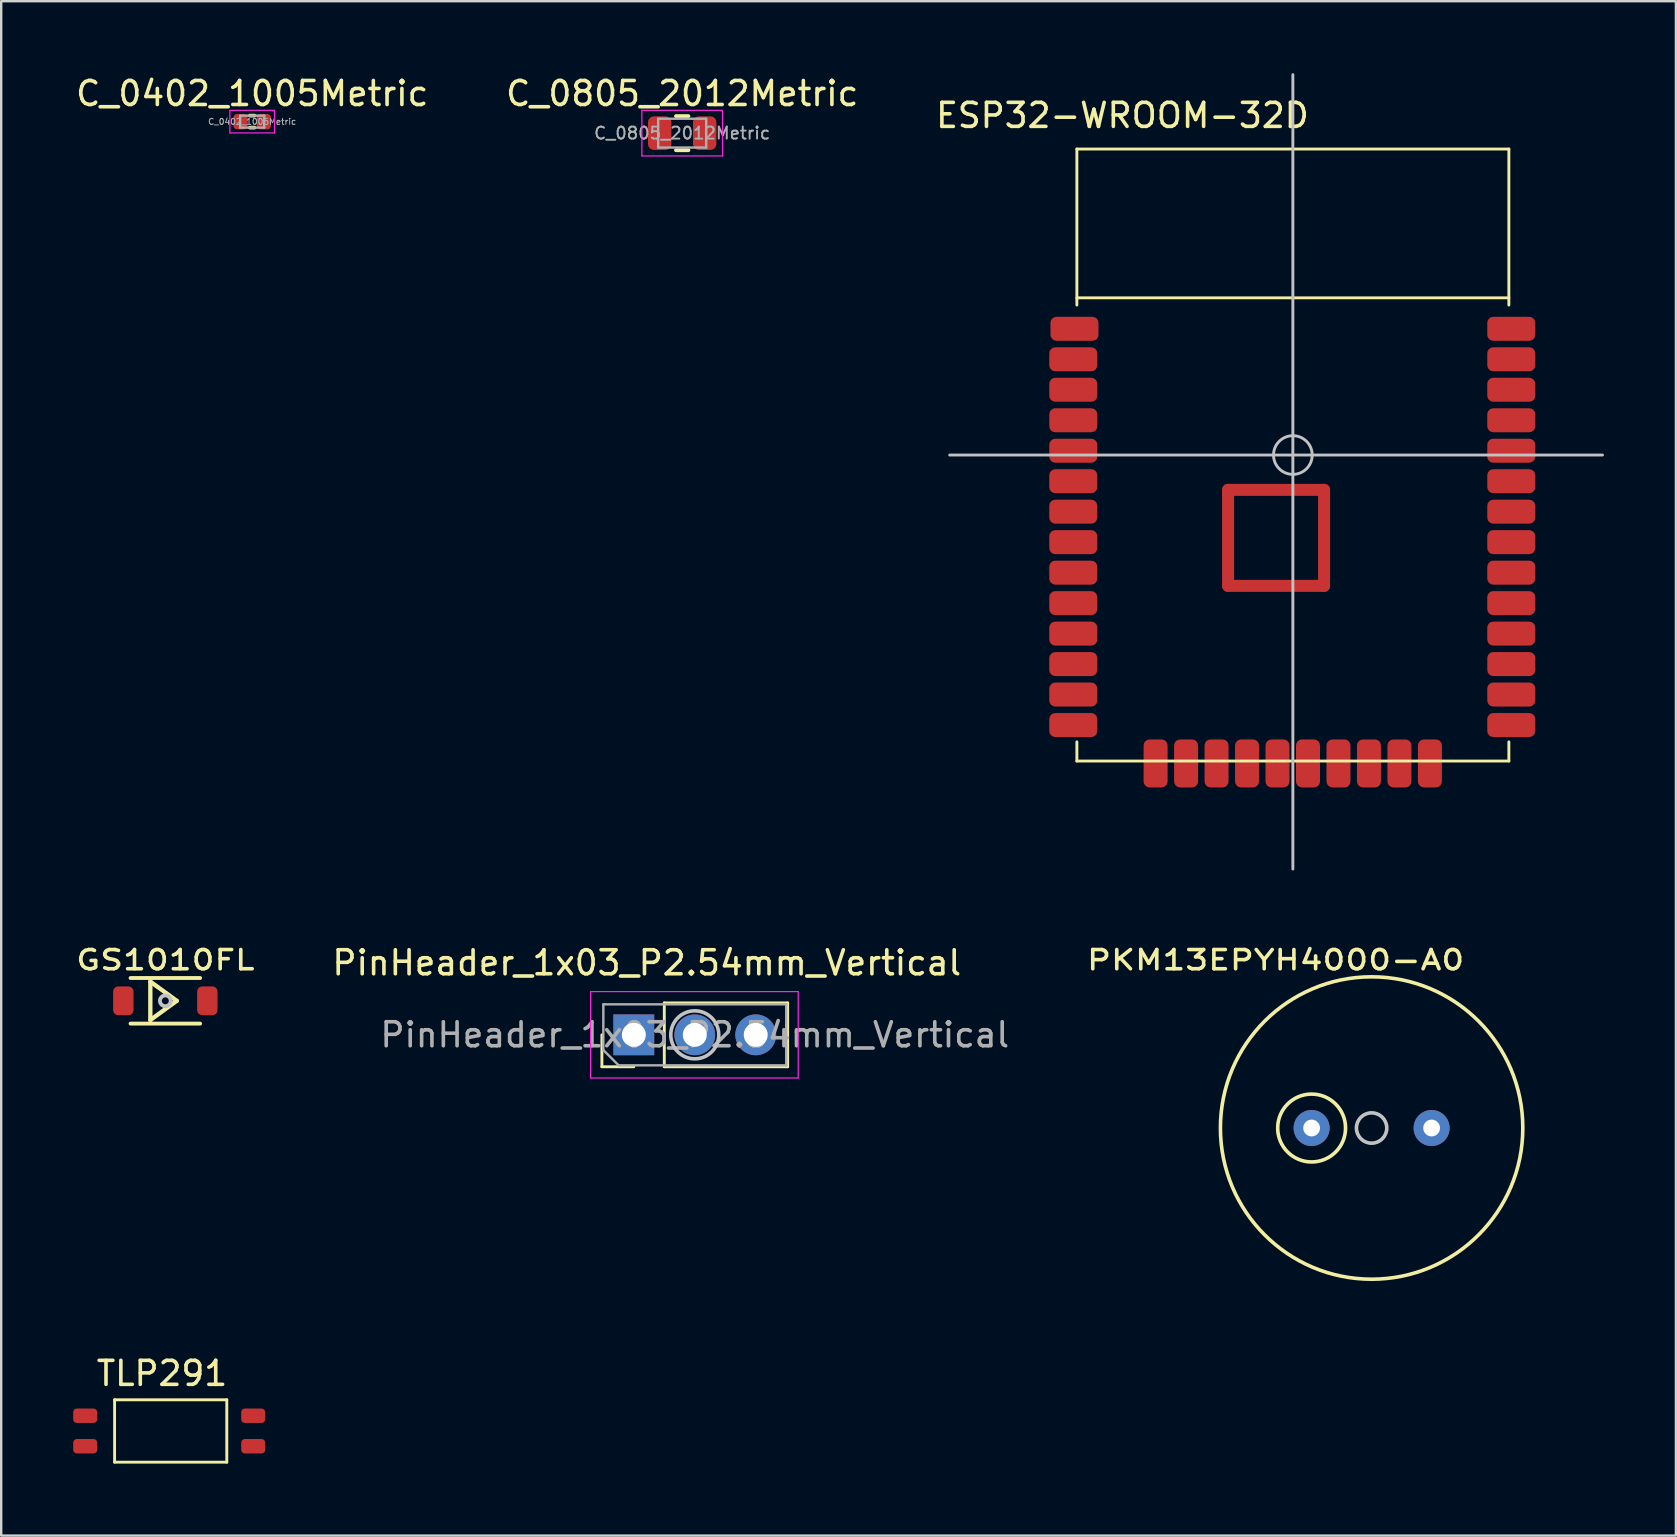
<source format=kicad_pcb>
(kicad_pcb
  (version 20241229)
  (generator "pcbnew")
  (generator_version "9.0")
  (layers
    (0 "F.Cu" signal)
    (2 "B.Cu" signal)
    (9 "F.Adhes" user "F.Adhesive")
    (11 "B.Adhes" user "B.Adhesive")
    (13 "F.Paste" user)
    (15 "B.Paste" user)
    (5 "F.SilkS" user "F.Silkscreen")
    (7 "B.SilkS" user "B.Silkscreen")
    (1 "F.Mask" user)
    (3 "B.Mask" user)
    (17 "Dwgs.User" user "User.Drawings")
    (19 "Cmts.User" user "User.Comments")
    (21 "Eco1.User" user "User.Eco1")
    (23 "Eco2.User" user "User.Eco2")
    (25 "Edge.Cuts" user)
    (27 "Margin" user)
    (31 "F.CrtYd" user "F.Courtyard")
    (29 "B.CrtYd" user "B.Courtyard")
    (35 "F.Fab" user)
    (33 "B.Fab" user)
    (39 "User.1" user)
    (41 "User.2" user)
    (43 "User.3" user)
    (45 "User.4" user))
  (footprint "PKM13EPYH4000-A0"
    (layer "F.Cu")
    (at 54.101 43.951)
    (property "Reference" "PKM13EPYH4000-A0" (at -4 -7 0) (layer "F.SilkS") (effects (font (size 0.8 1) (thickness 0.15))))
    (attr through_hole)
    (fp_circle (center -2.5 0) (end -1.086 0) (stroke (width 0.15) (type solid)) (fill no) (layer "F.SilkS"))
    (fp_circle (center 0 0) (end 6.3 0) (stroke (width 0.15) (type solid)) (fill no) (layer "F.SilkS"))
    (fp_circle (center 0 0) (end 0.632 0) (stroke (width 0.15) (type solid)) (fill no) (layer "Dwgs.User"))
    (pad "1" thru_hole circle (at -2.5 0) (size 1.5 1.5) (drill 0.7) (layers "*.Cu" "*.Mask"))
    (pad "2" thru_hole circle (at 2.5 0) (size 1.5 1.5) (drill 0.7) (layers "*.Cu" "*.Mask")))
  (footprint "PinHeader_1x03_P2.54mm_Vertical"
    (layer "F.Cu")
    (at 25.899 40.068)
    (property "Reference" "PinHeader_1x03_P2.54mm_Vertical" (at -2 -3 0) (layer "F.SilkS") (effects (font (size 1 1) (thickness 0.15))))
    (attr through_hole)
    (fp_line (start -3.87 1.33) (end -3.87 0) (stroke (width 0.12) (type solid)) (layer "F.SilkS"))
    (fp_line (start -2.54 1.33) (end -3.87 1.33) (stroke (width 0.12) (type solid)) (layer "F.SilkS"))
    (fp_line (start -1.27 -1.33) (end 3.87 -1.33) (stroke (width 0.12) (type solid)) (layer "F.SilkS"))
    (fp_line (start -1.27 1.33) (end -1.27 -1.33) (stroke (width 0.12) (type solid)) (layer "F.SilkS"))
    (fp_line (start -1.27 1.33) (end 3.87 1.33) (stroke (width 0.12) (type solid)) (layer "F.SilkS"))
    (fp_line (start 3.87 1.33) (end 3.87 -1.33) (stroke (width 0.12) (type solid)) (layer "F.SilkS"))
    (fp_circle (center 0 0) (end 0 -1) (stroke (width 0.15) (type solid)) (fill no) (layer "Dwgs.User"))
    (fp_line (start -4.34 -1.8) (end -4.34 1.8) (stroke (width 0.05) (type solid)) (layer "F.CrtYd"))
    (fp_line (start -4.34 1.8) (end 4.31 1.8) (stroke (width 0.05) (type solid)) (layer "F.CrtYd"))
    (fp_line (start 4.31 -1.8) (end -4.34 -1.8) (stroke (width 0.05) (type solid)) (layer "F.CrtYd"))
    (fp_line (start 4.31 1.8) (end 4.31 -1.8) (stroke (width 0.05) (type solid)) (layer "F.CrtYd"))
    (fp_line (start -3.81 -1.27) (end 3.81 -1.27) (stroke (width 0.1) (type solid)) (layer "F.Fab"))
    (fp_line (start -3.81 0.635) (end -3.81 -1.27) (stroke (width 0.1) (type solid)) (layer "F.Fab"))
    (fp_line (start -3.175 1.27) (end -3.81 0.635) (stroke (width 0.1) (type solid)) (layer "F.Fab"))
    (fp_line (start 3.81 -1.27) (end 3.81 1.27) (stroke (width 0.1) (type solid)) (layer "F.Fab"))
    (fp_line (start 3.81 1.27) (end -3.175 1.27) (stroke (width 0.1) (type solid)) (layer "F.Fab"))
    (fp_text user "${REFERENCE}" (at 0 0 180) (layer "F.Fab") (effects (font (size 1 1) (thickness 0.15))))
    (pad "1" thru_hole rect (at -2.54 0 90) (size 1.7 1.7) (drill 1) (layers "*.Cu" "*.Mask"))
    (pad "2" thru_hole oval (at 0 0 90) (size 1.7 1.7) (drill 1) (layers "*.Cu" "*.Mask"))
    (pad "3" thru_hole oval (at 2.54 0 90) (size 1.7 1.7) (drill 1) (layers "*.Cu" "*.Mask")))
  (footprint "TLP291"
    (layer "F.Cu")
    (at 4 56.575)
    (property "Reference" "TLP291" (at -0.3 -2.4 0) (layer "F.SilkS") (effects (font (size 1 1) (thickness 0.15))))
    (attr through_hole)
    (fp_line (start -2.275 -1.3) (end -2.275 1.3) (stroke (width 0.12) (type solid)) (layer "F.SilkS"))
    (fp_line (start -2.275 -1.3) (end 2.4 -1.3) (stroke (width 0.12) (type solid)) (layer "F.SilkS"))
    (fp_line (start -2.275 1.3) (end 2.4 1.3) (stroke (width 0.12) (type solid)) (layer "F.SilkS"))
    (fp_line (start 2.4 -1.3) (end 2.4 1.3) (stroke (width 0.12) (type solid)) (layer "F.SilkS"))
    (pad "1" smd roundrect (at -3.5 -0.635 180) (size 1 0.6) (layers "F.Cu" "F.Mask" "F.Paste") (roundrect_rratio 0.25))
    (pad "2" smd roundrect (at -3.5 0.635 180) (size 1 0.6) (layers "F.Cu" "F.Mask" "F.Paste") (roundrect_rratio 0.25))
    (pad "3" smd roundrect (at 3.5 0.635 180) (size 1 0.6) (layers "F.Cu" "F.Mask" "F.Paste") (roundrect_rratio 0.25))
    (pad "4" smd roundrect (at 3.5 -0.635 180) (size 1 0.6) (layers "F.Cu" "F.Mask" "F.Paste") (roundrect_rratio 0.25)))
  (footprint "C_0805_2012Metric"
    (layer "F.Cu")
    (at 25.375 2.498)
    (property "Reference" "C_0805_2012Metric" (at 0 -1.65 0) (layer "F.SilkS") (effects (font (size 1 1) (thickness 0.15))))
    (attr smd)
    (fp_line (start -0.259 -0.71) (end 0.259 -0.71) (stroke (width 0.16) (type solid)) (layer "F.SilkS"))
    (fp_line (start -0.259 0.71) (end 0.259 0.71) (stroke (width 0.16) (type solid)) (layer "F.SilkS"))
    (fp_line (start -1.68 -0.95) (end 1.68 -0.95) (stroke (width 0.05) (type solid)) (layer "F.CrtYd"))
    (fp_line (start -1.68 0.95) (end -1.68 -0.95) (stroke (width 0.05) (type solid)) (layer "F.CrtYd"))
    (fp_line (start 1.68 -0.95) (end 1.68 0.95) (stroke (width 0.05) (type solid)) (layer "F.CrtYd"))
    (fp_line (start 1.68 0.95) (end -1.68 0.95) (stroke (width 0.05) (type solid)) (layer "F.CrtYd"))
    (fp_line (start -1 -0.6) (end 1 -0.6) (stroke (width 0.1) (type solid)) (layer "F.Fab"))
    (fp_line (start -1 0.6) (end -1 -0.6) (stroke (width 0.1) (type solid)) (layer "F.Fab"))
    (fp_line (start 1 -0.6) (end 1 0.6) (stroke (width 0.1) (type solid)) (layer "F.Fab"))
    (fp_line (start 1 0.6) (end -1 0.6) (stroke (width 0.1) (type solid)) (layer "F.Fab"))
    (fp_text user "${REFERENCE}" (at 0 0 0) (layer "F.Fab") (effects (font (size 0.5 0.5) (thickness 0.08))))
    (pad "1" smd roundrect (at -0.938 0) (size 0.975 1.4) (layers "F.Cu" "F.Mask" "F.Paste") (roundrect_rratio 0.25))
    (pad "2" smd roundrect (at 0.938 0) (size 0.975 1.4) (layers "F.Cu" "F.Mask" "F.Paste") (roundrect_rratio 0.25)))
  (footprint "GS1010FL"
    (layer "F.Cu")
    (at 3.839 38.651)
    (property "Reference" "GS1010FL" (at 0 -1.7 0) (layer "F.SilkS") (effects (font (size 0.8 1) (thickness 0.15))))
    (attr through_hole)
    (fp_line (start -1.45 -0.95) (end 1.45 -0.95) (stroke (width 0.16) (type solid)) (layer "F.SilkS"))
    (fp_line (start -0.625 -0.8) (end -0.625 0.8) (stroke (width 0.18) (type solid)) (layer "F.SilkS"))
    (fp_line (start -0.625 0.8) (end 0.475 0) (stroke (width 0.18) (type solid)) (layer "F.SilkS"))
    (fp_line (start 0.475 0) (end -0.625 -0.8) (stroke (width 0.18) (type solid)) (layer "F.SilkS"))
    (fp_line (start 1.45 0.95) (end -1.45 0.95) (stroke (width 0.16) (type solid)) (layer "F.SilkS"))
    (fp_circle (center 0 0) (end 0.224 0) (stroke (width 0.16) (type solid)) (fill no) (layer "Dwgs.User"))
    (pad "A" smd roundrect (at -1.75 0 90) (size 1.2 0.85) (layers "F.Cu" "F.Mask" "F.Paste") (roundrect_rratio 0.25))
    (pad "K" smd roundrect (at 1.75 0 270) (size 1.2 0.85) (layers "F.Cu" "F.Mask" "F.Paste") (roundrect_rratio 0.25)))
  (footprint "ESP32-WROOM-32D"
    (layer "F.Cu")
    (at 41.82 3.16)
    (property "Reference" "ESP32-WROOM-32D" (at 1.9 -1.4 0) (layer "F.SilkS") (effects (font (size 1 1) (thickness 0.15))))
    (attr through_hole)
    (fp_line (start 6.3 14.2) (end 6.3 18.2) (stroke (width 0.5) (type solid)) (layer "F.Cu"))
    (fp_line (start 6.3 14.2) (end 10.3 14.2) (stroke (width 0.5) (type solid)) (layer "F.Cu"))
    (fp_line (start 10.3 18.2) (end 6.3 18.2) (stroke (width 0.5) (type solid)) (layer "F.Cu"))
    (fp_line (start 10.3 18.2) (end 10.3 14.2) (stroke (width 0.5) (type solid)) (layer "F.Cu"))
    (fp_line (start 0 0) (end 0 6.5) (stroke (width 0.12) (type solid)) (layer "F.SilkS"))
    (fp_line (start 0 6.2) (end 18 6.2) (stroke (width 0.12) (type solid)) (layer "F.SilkS"))
    (fp_line (start 0 25.5) (end 0 24.7) (stroke (width 0.12) (type solid)) (layer "F.SilkS"))
    (fp_line (start 18 0) (end 0 0) (stroke (width 0.12) (type solid)) (layer "F.SilkS"))
    (fp_line (start 18 0) (end 18 6.5) (stroke (width 0.12) (type solid)) (layer "F.SilkS"))
    (fp_line (start 18 25.5) (end 0 25.5) (stroke (width 0.12) (type solid)) (layer "F.SilkS"))
    (fp_line (start 18 25.5) (end 18 24.7) (stroke (width 0.12) (type solid)) (layer "F.SilkS"))
    (fp_line (start -5.3 12.75) (end 21.9 12.75) (stroke (width 0.12) (type solid)) (layer "Dwgs.User"))
    (fp_line (start 9 -3.1) (end 9 30) (stroke (width 0.12) (type solid)) (layer "Dwgs.User"))
    (fp_circle (center 9 12.75) (end 9.806 12.75) (stroke (width 0.12) (type solid)) (fill no) (layer "Dwgs.User"))
    (pad "1" smd roundrect (at -0.1 7.49 180) (size 2 1) (layers "F.Cu" "F.Mask" "F.Paste") (roundrect_rratio 0.25))
    (pad "2" smd roundrect (at -0.15 8.76 180) (size 2 1) (layers "F.Cu" "F.Mask" "F.Paste") (roundrect_rratio 0.25))
    (pad "3" smd roundrect (at -0.15 10.03 180) (size 2 1) (layers "F.Cu" "F.Mask" "F.Paste") (roundrect_rratio 0.25))
    (pad "4" smd roundrect (at -0.15 11.3 180) (size 2 1) (layers "F.Cu" "F.Mask" "F.Paste") (roundrect_rratio 0.25))
    (pad "5" smd roundrect (at -0.15 12.57 180) (size 2 1) (layers "F.Cu" "F.Mask" "F.Paste") (roundrect_rratio 0.25))
    (pad "6" smd roundrect (at -0.15 13.84 180) (size 2 1) (layers "F.Cu" "F.Mask" "F.Paste") (roundrect_rratio 0.25))
    (pad "7" smd roundrect (at -0.15 15.11 180) (size 2 1) (layers "F.Cu" "F.Mask" "F.Paste") (roundrect_rratio 0.25))
    (pad "8" smd roundrect (at -0.15 16.38 180) (size 2 1) (layers "F.Cu" "F.Mask" "F.Paste") (roundrect_rratio 0.25))
    (pad "9" smd roundrect (at -0.15 17.65 180) (size 2 1) (layers "F.Cu" "F.Mask" "F.Paste") (roundrect_rratio 0.25))
    (pad "10" smd roundrect (at -0.15 18.92 180) (size 2 1) (layers "F.Cu" "F.Mask" "F.Paste") (roundrect_rratio 0.25))
    (pad "11" smd roundrect (at -0.15 20.19 180) (size 2 1) (layers "F.Cu" "F.Mask" "F.Paste") (roundrect_rratio 0.25))
    (pad "12" smd roundrect (at -0.15 21.46 180) (size 2 1) (layers "F.Cu" "F.Mask" "F.Paste") (roundrect_rratio 0.25))
    (pad "13" smd roundrect (at -0.15 22.73 180) (size 2 1) (layers "F.Cu" "F.Mask" "F.Paste") (roundrect_rratio 0.25))
    (pad "14" smd roundrect (at -0.15 24 180) (size 2 1) (layers "F.Cu" "F.Mask" "F.Paste") (roundrect_rratio 0.25))
    (pad "15" smd roundrect (at 3.28 25.6 270) (size 2 1) (layers "F.Cu" "F.Mask" "F.Paste") (roundrect_rratio 0.25))
    (pad "16" smd roundrect (at 4.55 25.6 270) (size 2 1) (layers "F.Cu" "F.Mask" "F.Paste") (roundrect_rratio 0.25))
    (pad "17" smd roundrect (at 5.82 25.6 270) (size 2 1) (layers "F.Cu" "F.Mask" "F.Paste") (roundrect_rratio 0.25))
    (pad "18" smd roundrect (at 7.09 25.6 270) (size 2 1) (layers "F.Cu" "F.Mask" "F.Paste") (roundrect_rratio 0.25))
    (pad "19" smd roundrect (at 8.36 25.6 270) (size 2 1) (layers "F.Cu" "F.Mask" "F.Paste") (roundrect_rratio 0.25))
    (pad "20" smd roundrect (at 9.63 25.6 270) (size 2 1) (layers "F.Cu" "F.Mask" "F.Paste") (roundrect_rratio 0.25))
    (pad "21" smd roundrect (at 10.9 25.6 270) (size 2 1) (layers "F.Cu" "F.Mask" "F.Paste") (roundrect_rratio 0.25))
    (pad "22" smd roundrect (at 12.17 25.6 270) (size 2 1) (layers "F.Cu" "F.Mask" "F.Paste") (roundrect_rratio 0.25))
    (pad "23" smd roundrect (at 13.44 25.6 270) (size 2 1) (layers "F.Cu" "F.Mask" "F.Paste") (roundrect_rratio 0.25))
    (pad "24" smd roundrect (at 14.71 25.6 270) (size 2 1) (layers "F.Cu" "F.Mask" "F.Paste") (roundrect_rratio 0.25))
    (pad "25" smd roundrect (at 18.1 24 180) (size 2 1) (layers "F.Cu" "F.Mask" "F.Paste") (roundrect_rratio 0.25))
    (pad "26" smd roundrect (at 18.1 22.73 180) (size 2 1) (layers "F.Cu" "F.Mask" "F.Paste") (roundrect_rratio 0.25))
    (pad "27" smd roundrect (at 18.1 21.46 180) (size 2 1) (layers "F.Cu" "F.Mask" "F.Paste") (roundrect_rratio 0.25))
    (pad "28" smd roundrect (at 18.1 20.19 180) (size 2 1) (layers "F.Cu" "F.Mask" "F.Paste") (roundrect_rratio 0.25))
    (pad "29" smd roundrect (at 18.1 18.92 180) (size 2 1) (layers "F.Cu" "F.Mask" "F.Paste") (roundrect_rratio 0.25))
    (pad "30" smd roundrect (at 18.1 17.65 180) (size 2 1) (layers "F.Cu" "F.Mask" "F.Paste") (roundrect_rratio 0.25))
    (pad "31" smd roundrect (at 18.1 16.38 180) (size 2 1) (layers "F.Cu" "F.Mask" "F.Paste") (roundrect_rratio 0.25))
    (pad "32" smd roundrect (at 18.1 15.11 180) (size 2 1) (layers "F.Cu" "F.Mask" "F.Paste") (roundrect_rratio 0.25))
    (pad "33" smd roundrect (at 18.1 13.84 180) (size 2 1) (layers "F.Cu" "F.Mask" "F.Paste") (roundrect_rratio 0.25))
    (pad "34" smd roundrect (at 18.1 12.57 180) (size 2 1) (layers "F.Cu" "F.Mask" "F.Paste") (roundrect_rratio 0.25))
    (pad "35" smd roundrect (at 18.1 11.3 180) (size 2 1) (layers "F.Cu" "F.Mask" "F.Paste") (roundrect_rratio 0.25))
    (pad "36" smd roundrect (at 18.1 10.03 180) (size 2 1) (layers "F.Cu" "F.Mask" "F.Paste") (roundrect_rratio 0.25))
    (pad "37" smd roundrect (at 18.1 8.76 180) (size 2 1) (layers "F.Cu" "F.Mask" "F.Paste") (roundrect_rratio 0.25))
    (pad "38" smd roundrect (at 18.1 7.49 180) (size 2 1) (layers "F.Cu" "F.Mask" "F.Paste") (roundrect_rratio 0.25)))
  (footprint "C_0402_1005Metric"
    (layer "F.Cu")
    (at 7.458 2.018)
    (property "Reference" "C_0402_1005Metric" (at 0 -1.17 0) (layer "F.SilkS") (effects (font (size 1 1) (thickness 0.15))))
    (attr smd)
    (fp_line (start -0.1 -0.25) (end 0.1 -0.25) (stroke (width 0.15) (type solid)) (layer "F.SilkS"))
    (fp_line (start 0.1 0.25) (end -0.1 0.25) (stroke (width 0.15) (type solid)) (layer "F.SilkS"))
    (fp_line (start -0.93 -0.47) (end 0.93 -0.47) (stroke (width 0.05) (type solid)) (layer "F.CrtYd"))
    (fp_line (start -0.93 0.47) (end -0.93 -0.47) (stroke (width 0.05) (type solid)) (layer "F.CrtYd"))
    (fp_line (start 0.93 -0.47) (end 0.93 0.47) (stroke (width 0.05) (type solid)) (layer "F.CrtYd"))
    (fp_line (start 0.93 0.47) (end -0.93 0.47) (stroke (width 0.05) (type solid)) (layer "F.CrtYd"))
    (fp_line (start -0.5 -0.25) (end 0.5 -0.25) (stroke (width 0.1) (type solid)) (layer "F.Fab"))
    (fp_line (start -0.5 0.25) (end -0.5 -0.25) (stroke (width 0.1) (type solid)) (layer "F.Fab"))
    (fp_line (start 0.5 -0.25) (end 0.5 0.25) (stroke (width 0.1) (type solid)) (layer "F.Fab"))
    (fp_line (start 0.5 0.25) (end -0.5 0.25) (stroke (width 0.1) (type solid)) (layer "F.Fab"))
    (fp_text user "${REFERENCE}" (at 0 0 0) (layer "F.Fab") (effects (font (size 0.25 0.25) (thickness 0.04))))
    (pad "1" smd roundrect (at -0.485 0) (size 0.59 0.64) (layers "F.Cu" "F.Mask" "F.Paste") (roundrect_rratio 0.25))
    (pad "2" smd roundrect (at 0.485 0) (size 0.59 0.64) (layers "F.Cu" "F.Mask" "F.Paste") (roundrect_rratio 0.25)))
  (gr_rect
    (start -3 -3)
    (end 66.78 60.934)
    (stroke (width 0.1) (type default))
    (fill no)
    (layer "Edge.Cuts")))
</source>
